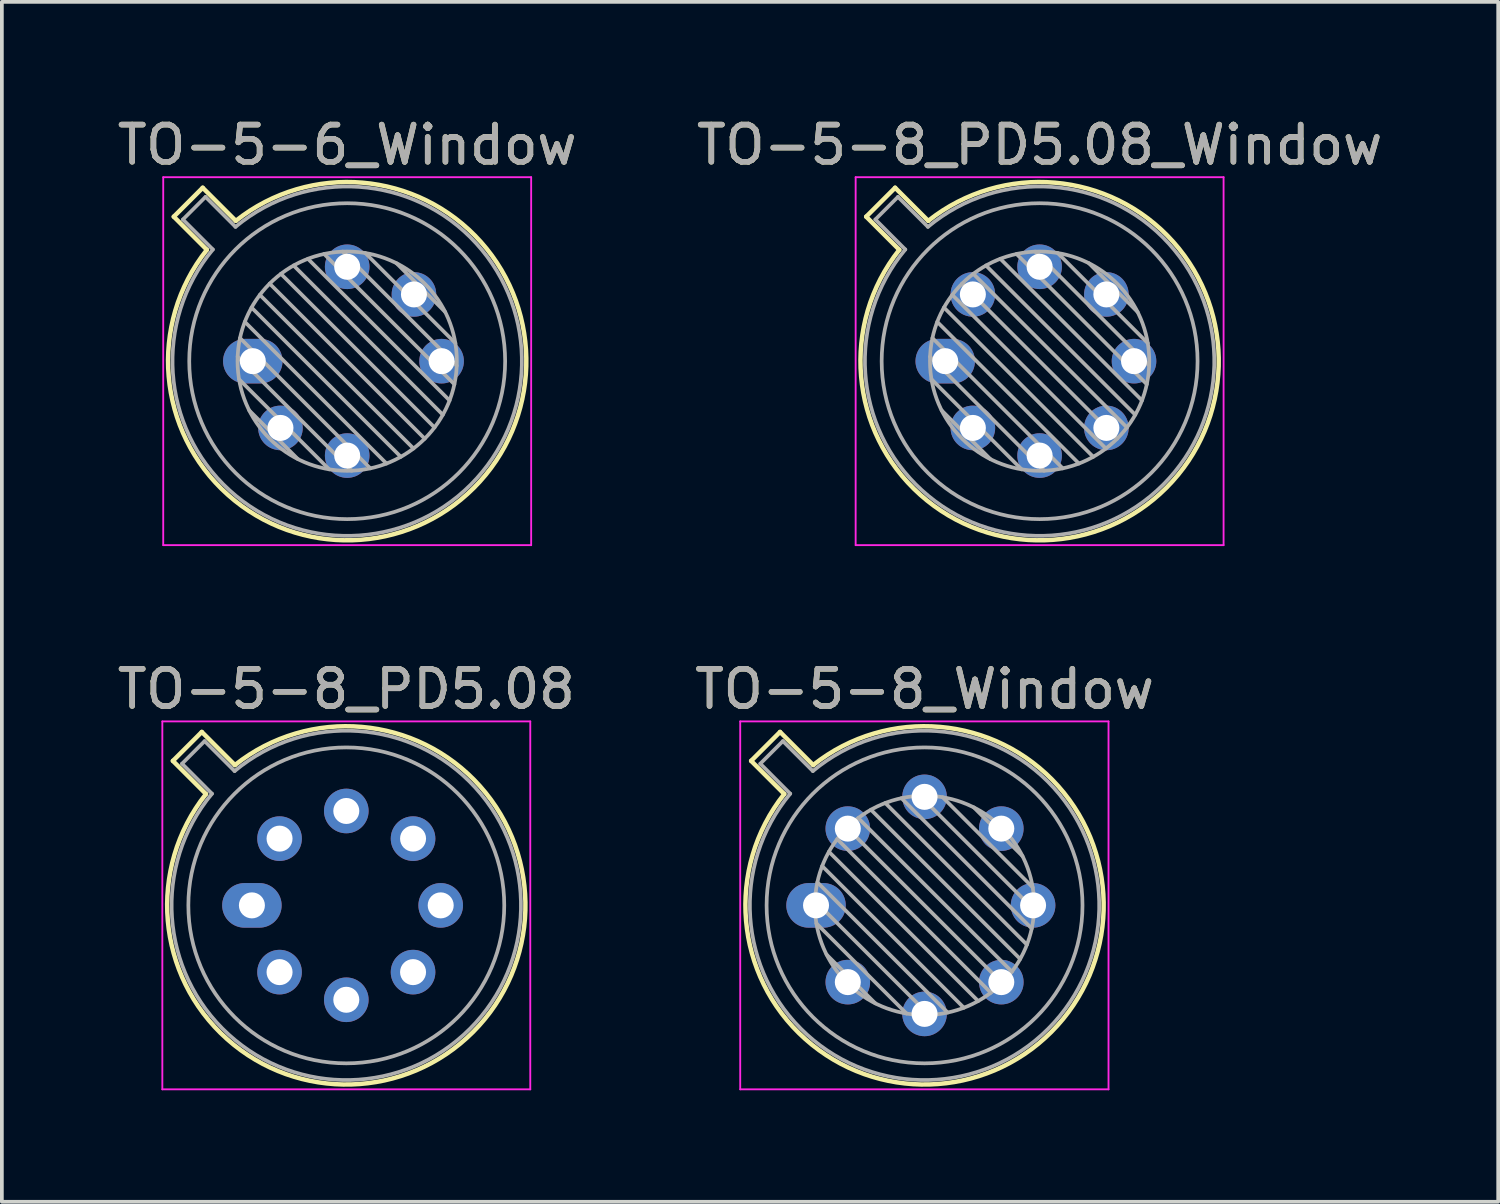
<source format=kicad_pcb>
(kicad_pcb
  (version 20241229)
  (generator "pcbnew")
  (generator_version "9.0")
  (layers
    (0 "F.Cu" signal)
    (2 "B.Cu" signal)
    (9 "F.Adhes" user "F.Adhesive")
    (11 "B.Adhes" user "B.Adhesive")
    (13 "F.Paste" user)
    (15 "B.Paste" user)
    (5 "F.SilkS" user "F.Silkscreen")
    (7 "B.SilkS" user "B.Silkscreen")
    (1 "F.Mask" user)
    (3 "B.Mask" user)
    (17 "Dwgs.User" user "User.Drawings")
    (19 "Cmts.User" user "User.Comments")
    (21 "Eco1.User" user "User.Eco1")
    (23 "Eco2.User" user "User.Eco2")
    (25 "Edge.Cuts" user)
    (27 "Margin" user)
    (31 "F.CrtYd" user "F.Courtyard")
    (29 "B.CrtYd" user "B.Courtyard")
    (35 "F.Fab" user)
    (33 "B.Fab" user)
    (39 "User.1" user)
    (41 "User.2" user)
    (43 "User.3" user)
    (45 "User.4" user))
  (footprint "TO-5-8_PD5.08_Window"
    (layer "F.Cu")
    (at 22.383 6.668)
    (property "Reference" "TO-5-8_PD5.08_Window" (at 2.54 -5.82 0) (layer "F.SilkS") (effects (font (size 1 1) (thickness 0.15))))
    (attr through_hole)
    (fp_line (start -2.126 -3.888) (end -1.235 -2.997) (stroke (width 0.12) (type solid)) (layer "F.SilkS"))
    (fp_line (start -1.348 -4.666) (end -2.126 -3.888) (stroke (width 0.12) (type solid)) (layer "F.SilkS"))
    (fp_line (start -0.457 -3.775) (end -1.348 -4.666) (stroke (width 0.12) (type solid)) (layer "F.SilkS"))
    (fp_arc (start -0.457084 -3.774902) (mid 5.948125 3.408384) (end -1.234674 -2.997371) (stroke (width 0.12) (type solid)) (layer "F.SilkS"))
    (fp_line (start -2.41 -4.95) (end -2.41 4.95) (stroke (width 0.05) (type solid)) (layer "F.CrtYd"))
    (fp_line (start -2.41 4.95) (end 7.49 4.95) (stroke (width 0.05) (type solid)) (layer "F.CrtYd"))
    (fp_line (start 7.49 -4.95) (end -2.41 -4.95) (stroke (width 0.05) (type solid)) (layer "F.CrtYd"))
    (fp_line (start 7.49 4.95) (end 7.49 -4.95) (stroke (width 0.05) (type solid)) (layer "F.CrtYd"))
    (fp_line (start -1.88 -3.812) (end -1.074 -3.005) (stroke (width 0.1) (type solid)) (layer "F.Fab"))
    (fp_line (start -1.272 -4.42) (end -1.88 -3.812) (stroke (width 0.1) (type solid)) (layer "F.Fab"))
    (fp_line (start -0.465 -3.614) (end -1.272 -4.42) (stroke (width 0.1) (type solid)) (layer "F.Fab"))
    (fp_line (start -0.408 -0.12) (end 2.66 2.948) (stroke (width 0.1) (type solid)) (layer "F.Fab"))
    (fp_line (start -0.371 0.485) (end 2.055 2.911) (stroke (width 0.1) (type solid)) (layer "F.Fab"))
    (fp_line (start -0.344 -0.622) (end 3.162 2.884) (stroke (width 0.1) (type solid)) (layer "F.Fab"))
    (fp_line (start -0.215 -1.058) (end 3.598 2.755) (stroke (width 0.1) (type solid)) (layer "F.Fab"))
    (fp_line (start -0.097 1.324) (end 1.216 2.637) (stroke (width 0.1) (type solid)) (layer "F.Fab"))
    (fp_line (start -0.034 -1.443) (end 3.983 2.574) (stroke (width 0.1) (type solid)) (layer "F.Fab"))
    (fp_line (start 0.19 -1.784) (end 4.324 2.35) (stroke (width 0.1) (type solid)) (layer "F.Fab"))
    (fp_line (start 0.454 -2.086) (end 4.626 2.086) (stroke (width 0.1) (type solid)) (layer "F.Fab"))
    (fp_line (start 0.756 -2.35) (end 4.89 1.784) (stroke (width 0.1) (type solid)) (layer "F.Fab"))
    (fp_line (start 1.097 -2.574) (end 5.114 1.443) (stroke (width 0.1) (type solid)) (layer "F.Fab"))
    (fp_line (start 1.482 -2.755) (end 5.295 1.058) (stroke (width 0.1) (type solid)) (layer "F.Fab"))
    (fp_line (start 1.918 -2.884) (end 5.424 0.622) (stroke (width 0.1) (type solid)) (layer "F.Fab"))
    (fp_line (start 2.42 -2.948) (end 5.488 0.12) (stroke (width 0.1) (type solid)) (layer "F.Fab"))
    (fp_line (start 3.025 -2.911) (end 5.451 -0.485) (stroke (width 0.1) (type solid)) (layer "F.Fab"))
    (fp_line (start 3.864 -2.637) (end 5.177 -1.324) (stroke (width 0.1) (type solid)) (layer "F.Fab"))
    (fp_arc (start -0.465408 -3.61352) (mid 5.863443 3.323361) (end -1.073594 -3.005319) (stroke (width 0.1) (type solid)) (layer "F.Fab"))
    (fp_circle (center 2.54 0) (end 5.49 0) (stroke (width 0.1) (type solid)) (fill no) (layer "F.Fab"))
    (fp_circle (center 2.54 0) (end 6.79 0) (stroke (width 0.1) (type solid)) (fill no) (layer "F.Fab"))
    (fp_text user "${REFERENCE}" (at 2.54 -5.82 0) (layer "F.Fab") (effects (font (size 1 1) (thickness 0.15))))
    (pad "1" thru_hole oval (at 0 0) (size 1.6 1.2) (drill 0.7) (layers "*.Cu" "*.Mask"))
    (pad "2" thru_hole oval (at 0.744 1.796) (size 1.2 1.2) (drill 0.7) (layers "*.Cu" "*.Mask"))
    (pad "3" thru_hole oval (at 2.54 2.54) (size 1.2 1.2) (drill 0.7) (layers "*.Cu" "*.Mask"))
    (pad "4" thru_hole oval (at 4.336 1.796) (size 1.2 1.2) (drill 0.7) (layers "*.Cu" "*.Mask"))
    (pad "5" thru_hole oval (at 5.08 0) (size 1.2 1.2) (drill 0.7) (layers "*.Cu" "*.Mask"))
    (pad "6" thru_hole oval (at 4.336 -1.796) (size 1.2 1.2) (drill 0.7) (layers "*.Cu" "*.Mask"))
    (pad "7" thru_hole oval (at 2.54 -2.54) (size 1.2 1.2) (drill 0.7) (layers "*.Cu" "*.Mask"))
    (pad "8" thru_hole oval (at 0.744 -1.796) (size 1.2 1.2) (drill 0.7) (layers "*.Cu" "*.Mask")))
  (footprint "TO-5-8_PD5.08"
    (layer "F.Cu")
    (at 3.728 21.311)
    (property "Reference" "TO-5-8_PD5.08" (at 2.54 -5.82 0) (layer "F.SilkS") (effects (font (size 1 1) (thickness 0.15))))
    (attr through_hole)
    (fp_line (start -2.126 -3.888) (end -1.235 -2.997) (stroke (width 0.12) (type solid)) (layer "F.SilkS"))
    (fp_line (start -1.348 -4.666) (end -2.126 -3.888) (stroke (width 0.12) (type solid)) (layer "F.SilkS"))
    (fp_line (start -0.457 -3.775) (end -1.348 -4.666) (stroke (width 0.12) (type solid)) (layer "F.SilkS"))
    (fp_arc (start -0.457084 -3.774902) (mid 5.948125 3.408384) (end -1.234674 -2.997371) (stroke (width 0.12) (type solid)) (layer "F.SilkS"))
    (fp_line (start -2.41 -4.95) (end -2.41 4.95) (stroke (width 0.05) (type solid)) (layer "F.CrtYd"))
    (fp_line (start -2.41 4.95) (end 7.49 4.95) (stroke (width 0.05) (type solid)) (layer "F.CrtYd"))
    (fp_line (start 7.49 -4.95) (end -2.41 -4.95) (stroke (width 0.05) (type solid)) (layer "F.CrtYd"))
    (fp_line (start 7.49 4.95) (end 7.49 -4.95) (stroke (width 0.05) (type solid)) (layer "F.CrtYd"))
    (fp_line (start -1.88 -3.812) (end -1.074 -3.005) (stroke (width 0.1) (type solid)) (layer "F.Fab"))
    (fp_line (start -1.272 -4.42) (end -1.88 -3.812) (stroke (width 0.1) (type solid)) (layer "F.Fab"))
    (fp_line (start -0.465 -3.614) (end -1.272 -4.42) (stroke (width 0.1) (type solid)) (layer "F.Fab"))
    (fp_arc (start -0.465408 -3.61352) (mid 5.863443 3.323361) (end -1.073594 -3.005319) (stroke (width 0.1) (type solid)) (layer "F.Fab"))
    (fp_circle (center 2.54 0) (end 6.79 0) (stroke (width 0.1) (type solid)) (fill no) (layer "F.Fab"))
    (fp_text user "${REFERENCE}" (at 2.54 -5.82 0) (layer "F.Fab") (effects (font (size 1 1) (thickness 0.15))))
    (pad "1" thru_hole oval (at 0 0) (size 1.6 1.2) (drill 0.7) (layers "*.Cu" "*.Mask"))
    (pad "2" thru_hole oval (at 0.744 1.796) (size 1.2 1.2) (drill 0.7) (layers "*.Cu" "*.Mask"))
    (pad "3" thru_hole oval (at 2.54 2.54) (size 1.2 1.2) (drill 0.7) (layers "*.Cu" "*.Mask"))
    (pad "4" thru_hole oval (at 4.336 1.796) (size 1.2 1.2) (drill 0.7) (layers "*.Cu" "*.Mask"))
    (pad "5" thru_hole oval (at 5.08 0) (size 1.2 1.2) (drill 0.7) (layers "*.Cu" "*.Mask"))
    (pad "6" thru_hole oval (at 4.336 -1.796) (size 1.2 1.2) (drill 0.7) (layers "*.Cu" "*.Mask"))
    (pad "7" thru_hole oval (at 2.54 -2.54) (size 1.2 1.2) (drill 0.7) (layers "*.Cu" "*.Mask"))
    (pad "8" thru_hole oval (at 0.744 -1.796) (size 1.2 1.2) (drill 0.7) (layers "*.Cu" "*.Mask")))
  (footprint "TO-5-8_Window"
    (layer "F.Cu")
    (at 18.907 21.311)
    (property "Reference" "TO-5-8_Window" (at 2.92 -5.82 0) (layer "F.SilkS") (effects (font (size 1 1) (thickness 0.15))))
    (attr through_hole)
    (fp_line (start -1.746 -3.888) (end -0.855 -2.997) (stroke (width 0.12) (type solid)) (layer "F.SilkS"))
    (fp_line (start -0.968 -4.666) (end -1.746 -3.888) (stroke (width 0.12) (type solid)) (layer "F.SilkS"))
    (fp_line (start -0.077 -3.775) (end -0.968 -4.666) (stroke (width 0.12) (type solid)) (layer "F.SilkS"))
    (fp_arc (start -0.077084 -3.774902) (mid 6.328125 3.408384) (end -0.854674 -2.997371) (stroke (width 0.12) (type solid)) (layer "F.SilkS"))
    (fp_line (start -2.04 -4.95) (end -2.04 4.95) (stroke (width 0.05) (type solid)) (layer "F.CrtYd"))
    (fp_line (start -2.04 4.95) (end 7.87 4.95) (stroke (width 0.05) (type solid)) (layer "F.CrtYd"))
    (fp_line (start 7.87 -4.95) (end -2.04 -4.95) (stroke (width 0.05) (type solid)) (layer "F.CrtYd"))
    (fp_line (start 7.87 4.95) (end 7.87 -4.95) (stroke (width 0.05) (type solid)) (layer "F.CrtYd"))
    (fp_line (start -1.5 -3.812) (end -0.694 -3.005) (stroke (width 0.1) (type solid)) (layer "F.Fab"))
    (fp_line (start -0.892 -4.42) (end -1.5 -3.812) (stroke (width 0.1) (type solid)) (layer "F.Fab"))
    (fp_line (start -0.085 -3.614) (end -0.892 -4.42) (stroke (width 0.1) (type solid)) (layer "F.Fab"))
    (fp_line (start -0.028 -0.12) (end 3.04 2.948) (stroke (width 0.1) (type solid)) (layer "F.Fab"))
    (fp_line (start 0.009 0.485) (end 2.435 2.911) (stroke (width 0.1) (type solid)) (layer "F.Fab"))
    (fp_line (start 0.036 -0.622) (end 3.542 2.884) (stroke (width 0.1) (type solid)) (layer "F.Fab"))
    (fp_line (start 0.165 -1.058) (end 3.978 2.755) (stroke (width 0.1) (type solid)) (layer "F.Fab"))
    (fp_line (start 0.283 1.324) (end 1.596 2.637) (stroke (width 0.1) (type solid)) (layer "F.Fab"))
    (fp_line (start 0.346 -1.443) (end 4.363 2.574) (stroke (width 0.1) (type solid)) (layer "F.Fab"))
    (fp_line (start 0.57 -1.784) (end 4.704 2.35) (stroke (width 0.1) (type solid)) (layer "F.Fab"))
    (fp_line (start 0.834 -2.086) (end 5.006 2.086) (stroke (width 0.1) (type solid)) (layer "F.Fab"))
    (fp_line (start 1.136 -2.35) (end 5.27 1.784) (stroke (width 0.1) (type solid)) (layer "F.Fab"))
    (fp_line (start 1.477 -2.574) (end 5.494 1.443) (stroke (width 0.1) (type solid)) (layer "F.Fab"))
    (fp_line (start 1.862 -2.755) (end 5.675 1.058) (stroke (width 0.1) (type solid)) (layer "F.Fab"))
    (fp_line (start 2.298 -2.884) (end 5.804 0.622) (stroke (width 0.1) (type solid)) (layer "F.Fab"))
    (fp_line (start 2.8 -2.948) (end 5.868 0.12) (stroke (width 0.1) (type solid)) (layer "F.Fab"))
    (fp_line (start 3.405 -2.911) (end 5.831 -0.485) (stroke (width 0.1) (type solid)) (layer "F.Fab"))
    (fp_line (start 4.244 -2.637) (end 5.557 -1.324) (stroke (width 0.1) (type solid)) (layer "F.Fab"))
    (fp_arc (start -0.085408 -3.61352) (mid 6.243443 3.323361) (end -0.693594 -3.005319) (stroke (width 0.1) (type solid)) (layer "F.Fab"))
    (fp_circle (center 2.92 0) (end 5.87 0) (stroke (width 0.1) (type solid)) (fill no) (layer "F.Fab"))
    (fp_circle (center 2.92 0) (end 7.17 0) (stroke (width 0.1) (type solid)) (fill no) (layer "F.Fab"))
    (fp_text user "${REFERENCE}" (at 2.92 -5.82 0) (layer "F.Fab") (effects (font (size 1 1) (thickness 0.15))))
    (pad "1" thru_hole oval (at 0 0) (size 1.6 1.2) (drill 0.7) (layers "*.Cu" "*.Mask"))
    (pad "2" thru_hole oval (at 0.855 2.065) (size 1.2 1.2) (drill 0.7) (layers "*.Cu" "*.Mask"))
    (pad "3" thru_hole oval (at 2.92 2.92) (size 1.2 1.2) (drill 0.7) (layers "*.Cu" "*.Mask"))
    (pad "4" thru_hole oval (at 4.985 2.065) (size 1.2 1.2) (drill 0.7) (layers "*.Cu" "*.Mask"))
    (pad "5" thru_hole oval (at 5.84 0) (size 1.2 1.2) (drill 0.7) (layers "*.Cu" "*.Mask"))
    (pad "6" thru_hole oval (at 4.985 -2.065) (size 1.2 1.2) (drill 0.7) (layers "*.Cu" "*.Mask"))
    (pad "7" thru_hole oval (at 2.92 -2.92) (size 1.2 1.2) (drill 0.7) (layers "*.Cu" "*.Mask"))
    (pad "8" thru_hole oval (at 0.855 -2.065) (size 1.2 1.2) (drill 0.7) (layers "*.Cu" "*.Mask")))
  (footprint "TO-5-6_Window"
    (layer "F.Cu")
    (at 3.752 6.668)
    (property "Reference" "TO-5-6_Window" (at 2.54 -5.82 0) (layer "F.SilkS") (effects (font (size 1 1) (thickness 0.15))))
    (attr through_hole)
    (fp_line (start -2.126 -3.888) (end -1.235 -2.997) (stroke (width 0.12) (type solid)) (layer "F.SilkS"))
    (fp_line (start -1.348 -4.666) (end -2.126 -3.888) (stroke (width 0.12) (type solid)) (layer "F.SilkS"))
    (fp_line (start -0.457 -3.775) (end -1.348 -4.666) (stroke (width 0.12) (type solid)) (layer "F.SilkS"))
    (fp_arc (start -0.457084 -3.774902) (mid 5.948125 3.408384) (end -1.234674 -2.997371) (stroke (width 0.12) (type solid)) (layer "F.SilkS"))
    (fp_line (start -2.41 -4.95) (end -2.41 4.95) (stroke (width 0.05) (type solid)) (layer "F.CrtYd"))
    (fp_line (start -2.41 4.95) (end 7.49 4.95) (stroke (width 0.05) (type solid)) (layer "F.CrtYd"))
    (fp_line (start 7.49 -4.95) (end -2.41 -4.95) (stroke (width 0.05) (type solid)) (layer "F.CrtYd"))
    (fp_line (start 7.49 4.95) (end 7.49 -4.95) (stroke (width 0.05) (type solid)) (layer "F.CrtYd"))
    (fp_line (start -1.88 -3.812) (end -1.074 -3.005) (stroke (width 0.1) (type solid)) (layer "F.Fab"))
    (fp_line (start -1.272 -4.42) (end -1.88 -3.812) (stroke (width 0.1) (type solid)) (layer "F.Fab"))
    (fp_line (start -0.465 -3.614) (end -1.272 -4.42) (stroke (width 0.1) (type solid)) (layer "F.Fab"))
    (fp_line (start -0.408 -0.12) (end 2.66 2.948) (stroke (width 0.1) (type solid)) (layer "F.Fab"))
    (fp_line (start -0.371 0.485) (end 2.055 2.911) (stroke (width 0.1) (type solid)) (layer "F.Fab"))
    (fp_line (start -0.344 -0.622) (end 3.162 2.884) (stroke (width 0.1) (type solid)) (layer "F.Fab"))
    (fp_line (start -0.215 -1.058) (end 3.598 2.755) (stroke (width 0.1) (type solid)) (layer "F.Fab"))
    (fp_line (start -0.097 1.324) (end 1.216 2.637) (stroke (width 0.1) (type solid)) (layer "F.Fab"))
    (fp_line (start -0.034 -1.443) (end 3.983 2.574) (stroke (width 0.1) (type solid)) (layer "F.Fab"))
    (fp_line (start 0.19 -1.784) (end 4.324 2.35) (stroke (width 0.1) (type solid)) (layer "F.Fab"))
    (fp_line (start 0.454 -2.086) (end 4.626 2.086) (stroke (width 0.1) (type solid)) (layer "F.Fab"))
    (fp_line (start 0.756 -2.35) (end 4.89 1.784) (stroke (width 0.1) (type solid)) (layer "F.Fab"))
    (fp_line (start 1.097 -2.574) (end 5.114 1.443) (stroke (width 0.1) (type solid)) (layer "F.Fab"))
    (fp_line (start 1.482 -2.755) (end 5.295 1.058) (stroke (width 0.1) (type solid)) (layer "F.Fab"))
    (fp_line (start 1.918 -2.884) (end 5.424 0.622) (stroke (width 0.1) (type solid)) (layer "F.Fab"))
    (fp_line (start 2.42 -2.948) (end 5.488 0.12) (stroke (width 0.1) (type solid)) (layer "F.Fab"))
    (fp_line (start 3.025 -2.911) (end 5.451 -0.485) (stroke (width 0.1) (type solid)) (layer "F.Fab"))
    (fp_line (start 3.864 -2.637) (end 5.177 -1.324) (stroke (width 0.1) (type solid)) (layer "F.Fab"))
    (fp_arc (start -0.465408 -3.61352) (mid 5.863443 3.323361) (end -1.073594 -3.005319) (stroke (width 0.1) (type solid)) (layer "F.Fab"))
    (fp_circle (center 2.54 0) (end 5.49 0) (stroke (width 0.1) (type solid)) (fill no) (layer "F.Fab"))
    (fp_circle (center 2.54 0) (end 6.79 0) (stroke (width 0.1) (type solid)) (fill no) (layer "F.Fab"))
    (fp_text user "${REFERENCE}" (at 2.54 -5.82 0) (layer "F.Fab") (effects (font (size 1 1) (thickness 0.15))))
    (pad "1" thru_hole oval (at 0 0) (size 1.6 1.2) (drill 0.7) (layers "*.Cu" "*.Mask"))
    (pad "2" thru_hole oval (at 0.744 1.796) (size 1.2 1.2) (drill 0.7) (layers "*.Cu" "*.Mask"))
    (pad "3" thru_hole oval (at 2.54 2.54) (size 1.2 1.2) (drill 0.7) (layers "*.Cu" "*.Mask"))
    (pad "4" thru_hole oval (at 5.08 0) (size 1.2 1.2) (drill 0.7) (layers "*.Cu" "*.Mask"))
    (pad "5" thru_hole oval (at 4.336 -1.796) (size 1.2 1.2) (drill 0.7) (layers "*.Cu" "*.Mask"))
    (pad "6" thru_hole oval (at 2.54 -2.54) (size 1.2 1.2) (drill 0.7) (layers "*.Cu" "*.Mask")))
  (gr_rect
    (start -3 -3)
    (end 37.262 29.287)
    (stroke (width 0.1) (type default))
    (fill no)
    (layer "Edge.Cuts")))
</source>
